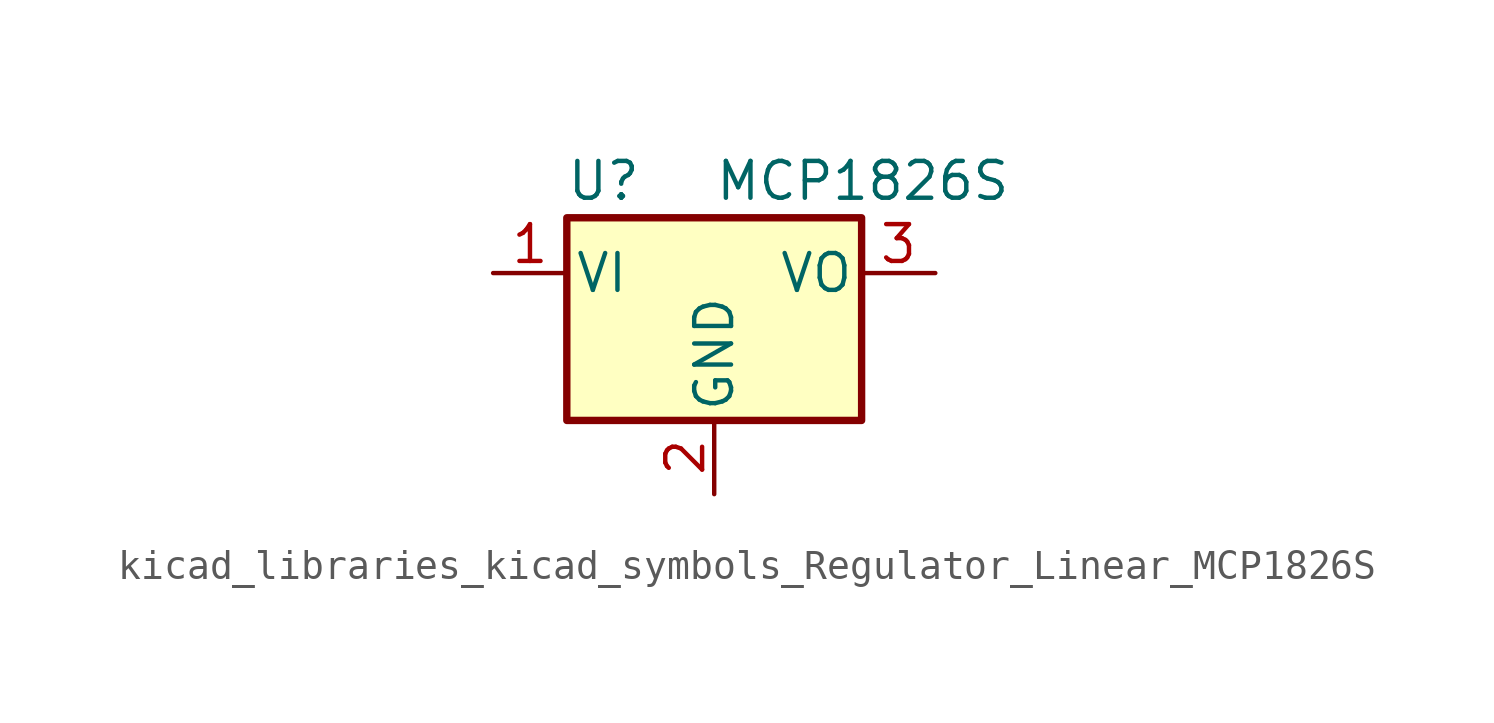
<source format=kicad_sym>
(kicad_symbol_lib
  (version 20220914)
  (generator kicad_symbol_editor)
  (symbol "kicad_libraries_kicad_symbols_Regulator_Linear_MCP1826S"
    (pin_names
      (offset 0.254))
    (property "Reference" "U"
      (at -3.81 3.175 0)
      (effects (font (size 1.27 1.27))))
    (property "Value" "MCP1826S"
      (at 0 3.175 0)
      (effects (font (size 1.27 1.27)) (justify left)))
    (symbol "kicad_libraries_kicad_symbols_Regulator_Linear_MCP1826S_0_1"
      (rectangle (start -5.08 1.905) (end 5.08 -5.08) (stroke (width 0.254) (type default)) (fill (type background))))
    (symbol "kicad_libraries_kicad_symbols_Regulator_Linear_MCP1826S_1_1"
      (pin power_in line (at -7.62 0 0) (length 2.54) (name "VI" (effects (font (size 1.27 1.27)))) (number "1" (effects (font (size 1.27 1.27)))))
      (pin power_in line (at 0 -7.62 90) (length 2.54) (name "GND" (effects (font (size 1.27 1.27)))) (number "2" (effects (font (size 1.27 1.27)))))
      (pin power_out line (at 7.62 0 180) (length 2.54) (name "VO" (effects (font (size 1.27 1.27)))) (number "3" (effects (font (size 1.27 1.27))))))))
</source>
